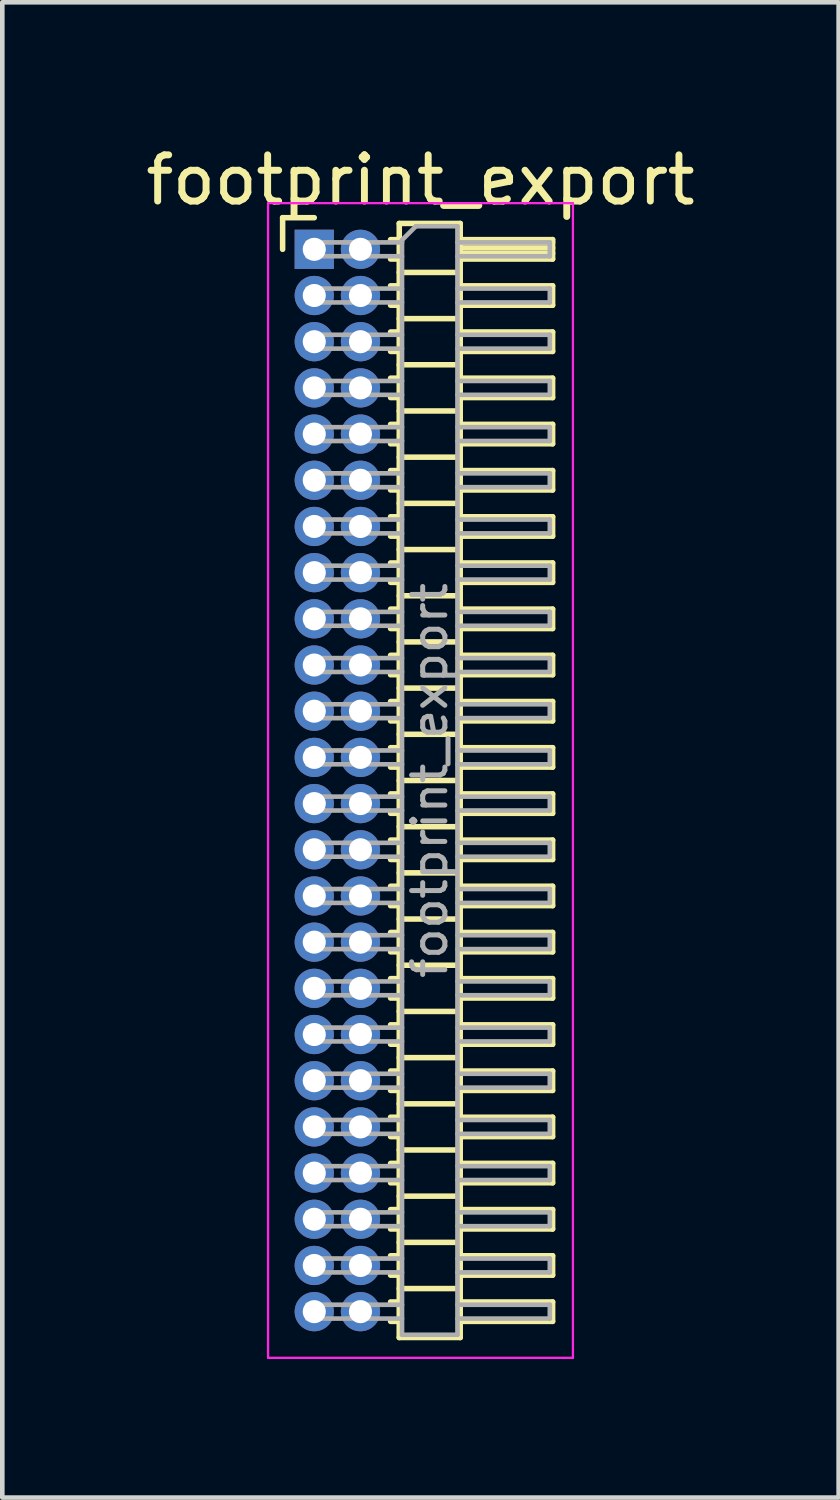
<source format=kicad_pcb>
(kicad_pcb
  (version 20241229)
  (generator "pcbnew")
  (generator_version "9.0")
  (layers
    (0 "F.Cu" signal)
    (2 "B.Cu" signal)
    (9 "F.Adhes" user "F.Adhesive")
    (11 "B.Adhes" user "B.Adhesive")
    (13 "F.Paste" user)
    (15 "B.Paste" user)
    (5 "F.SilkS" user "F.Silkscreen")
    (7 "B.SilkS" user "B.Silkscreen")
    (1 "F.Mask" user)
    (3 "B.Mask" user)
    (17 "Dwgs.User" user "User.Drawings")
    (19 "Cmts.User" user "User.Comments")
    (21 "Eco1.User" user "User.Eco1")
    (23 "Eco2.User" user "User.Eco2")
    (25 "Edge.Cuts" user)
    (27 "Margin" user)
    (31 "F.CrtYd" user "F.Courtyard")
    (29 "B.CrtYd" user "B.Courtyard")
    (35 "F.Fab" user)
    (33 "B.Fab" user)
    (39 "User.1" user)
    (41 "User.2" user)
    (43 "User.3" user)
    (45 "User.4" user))
  (footprint "footprint_export"
    (layer "F.Cu")
    (at 3.754 2.348)
    (property "Reference" "footprint_export" (at 2.3 -1.5 0) (layer "F.SilkS") (effects (font (size 1 1) (thickness 0.15))))
    (attr through_hole)
    (fp_line (start -0.685 -0.685) (end 0 -0.685) (stroke (width 0.12) (type solid)) (layer "F.SilkS"))
    (fp_line (start -0.685 0) (end -0.685 -0.685) (stroke (width 0.12) (type solid)) (layer "F.SilkS"))
    (fp_line (start 1.652 -0.21) (end 1.84 -0.21) (stroke (width 0.12) (type solid)) (layer "F.SilkS"))
    (fp_line (start 1.652 0.21) (end 1.84 0.21) (stroke (width 0.12) (type solid)) (layer "F.SilkS"))
    (fp_line (start 1.652 0.79) (end 1.84 0.79) (stroke (width 0.12) (type solid)) (layer "F.SilkS"))
    (fp_line (start 1.652 1.21) (end 1.84 1.21) (stroke (width 0.12) (type solid)) (layer "F.SilkS"))
    (fp_line (start 1.652 1.79) (end 1.84 1.79) (stroke (width 0.12) (type solid)) (layer "F.SilkS"))
    (fp_line (start 1.652 2.21) (end 1.84 2.21) (stroke (width 0.12) (type solid)) (layer "F.SilkS"))
    (fp_line (start 1.652 2.79) (end 1.84 2.79) (stroke (width 0.12) (type solid)) (layer "F.SilkS"))
    (fp_line (start 1.652 3.21) (end 1.84 3.21) (stroke (width 0.12) (type solid)) (layer "F.SilkS"))
    (fp_line (start 1.652 3.79) (end 1.84 3.79) (stroke (width 0.12) (type solid)) (layer "F.SilkS"))
    (fp_line (start 1.652 4.21) (end 1.84 4.21) (stroke (width 0.12) (type solid)) (layer "F.SilkS"))
    (fp_line (start 1.652 4.79) (end 1.84 4.79) (stroke (width 0.12) (type solid)) (layer "F.SilkS"))
    (fp_line (start 1.652 5.21) (end 1.84 5.21) (stroke (width 0.12) (type solid)) (layer "F.SilkS"))
    (fp_line (start 1.652 5.79) (end 1.84 5.79) (stroke (width 0.12) (type solid)) (layer "F.SilkS"))
    (fp_line (start 1.652 6.21) (end 1.84 6.21) (stroke (width 0.12) (type solid)) (layer "F.SilkS"))
    (fp_line (start 1.652 6.79) (end 1.84 6.79) (stroke (width 0.12) (type solid)) (layer "F.SilkS"))
    (fp_line (start 1.652 7.21) (end 1.84 7.21) (stroke (width 0.12) (type solid)) (layer "F.SilkS"))
    (fp_line (start 1.652 7.79) (end 1.84 7.79) (stroke (width 0.12) (type solid)) (layer "F.SilkS"))
    (fp_line (start 1.652 8.21) (end 1.84 8.21) (stroke (width 0.12) (type solid)) (layer "F.SilkS"))
    (fp_line (start 1.652 8.79) (end 1.84 8.79) (stroke (width 0.12) (type solid)) (layer "F.SilkS"))
    (fp_line (start 1.652 9.21) (end 1.84 9.21) (stroke (width 0.12) (type solid)) (layer "F.SilkS"))
    (fp_line (start 1.652 9.79) (end 1.84 9.79) (stroke (width 0.12) (type solid)) (layer "F.SilkS"))
    (fp_line (start 1.652 10.21) (end 1.84 10.21) (stroke (width 0.12) (type solid)) (layer "F.SilkS"))
    (fp_line (start 1.652 10.79) (end 1.84 10.79) (stroke (width 0.12) (type solid)) (layer "F.SilkS"))
    (fp_line (start 1.652 11.21) (end 1.84 11.21) (stroke (width 0.12) (type solid)) (layer "F.SilkS"))
    (fp_line (start 1.652 11.79) (end 1.84 11.79) (stroke (width 0.12) (type solid)) (layer "F.SilkS"))
    (fp_line (start 1.652 12.21) (end 1.84 12.21) (stroke (width 0.12) (type solid)) (layer "F.SilkS"))
    (fp_line (start 1.652 12.79) (end 1.84 12.79) (stroke (width 0.12) (type solid)) (layer "F.SilkS"))
    (fp_line (start 1.652 13.21) (end 1.84 13.21) (stroke (width 0.12) (type solid)) (layer "F.SilkS"))
    (fp_line (start 1.652 13.79) (end 1.84 13.79) (stroke (width 0.12) (type solid)) (layer "F.SilkS"))
    (fp_line (start 1.652 14.21) (end 1.84 14.21) (stroke (width 0.12) (type solid)) (layer "F.SilkS"))
    (fp_line (start 1.652 14.79) (end 1.84 14.79) (stroke (width 0.12) (type solid)) (layer "F.SilkS"))
    (fp_line (start 1.652 15.21) (end 1.84 15.21) (stroke (width 0.12) (type solid)) (layer "F.SilkS"))
    (fp_line (start 1.652 15.79) (end 1.84 15.79) (stroke (width 0.12) (type solid)) (layer "F.SilkS"))
    (fp_line (start 1.652 16.21) (end 1.84 16.21) (stroke (width 0.12) (type solid)) (layer "F.SilkS"))
    (fp_line (start 1.652 16.79) (end 1.84 16.79) (stroke (width 0.12) (type solid)) (layer "F.SilkS"))
    (fp_line (start 1.652 17.21) (end 1.84 17.21) (stroke (width 0.12) (type solid)) (layer "F.SilkS"))
    (fp_line (start 1.652 17.79) (end 1.84 17.79) (stroke (width 0.12) (type solid)) (layer "F.SilkS"))
    (fp_line (start 1.652 18.21) (end 1.84 18.21) (stroke (width 0.12) (type solid)) (layer "F.SilkS"))
    (fp_line (start 1.652 18.79) (end 1.84 18.79) (stroke (width 0.12) (type solid)) (layer "F.SilkS"))
    (fp_line (start 1.652 19.21) (end 1.84 19.21) (stroke (width 0.12) (type solid)) (layer "F.SilkS"))
    (fp_line (start 1.652 19.79) (end 1.84 19.79) (stroke (width 0.12) (type solid)) (layer "F.SilkS"))
    (fp_line (start 1.652 20.21) (end 1.84 20.21) (stroke (width 0.12) (type solid)) (layer "F.SilkS"))
    (fp_line (start 1.652 20.79) (end 1.84 20.79) (stroke (width 0.12) (type solid)) (layer "F.SilkS"))
    (fp_line (start 1.652 21.21) (end 1.84 21.21) (stroke (width 0.12) (type solid)) (layer "F.SilkS"))
    (fp_line (start 1.652 21.79) (end 1.84 21.79) (stroke (width 0.12) (type solid)) (layer "F.SilkS"))
    (fp_line (start 1.652 22.21) (end 1.84 22.21) (stroke (width 0.12) (type solid)) (layer "F.SilkS"))
    (fp_line (start 1.652 22.79) (end 1.84 22.79) (stroke (width 0.12) (type solid)) (layer "F.SilkS"))
    (fp_line (start 1.652 23.21) (end 1.84 23.21) (stroke (width 0.12) (type solid)) (layer "F.SilkS"))
    (fp_line (start 1.84 -0.56) (end 1.84 23.56) (stroke (width 0.12) (type solid)) (layer "F.SilkS"))
    (fp_line (start 1.84 0.5) (end 3.16 0.5) (stroke (width 0.12) (type solid)) (layer "F.SilkS"))
    (fp_line (start 1.84 1.5) (end 3.16 1.5) (stroke (width 0.12) (type solid)) (layer "F.SilkS"))
    (fp_line (start 1.84 2.5) (end 3.16 2.5) (stroke (width 0.12) (type solid)) (layer "F.SilkS"))
    (fp_line (start 1.84 3.5) (end 3.16 3.5) (stroke (width 0.12) (type solid)) (layer "F.SilkS"))
    (fp_line (start 1.84 4.5) (end 3.16 4.5) (stroke (width 0.12) (type solid)) (layer "F.SilkS"))
    (fp_line (start 1.84 5.5) (end 3.16 5.5) (stroke (width 0.12) (type solid)) (layer "F.SilkS"))
    (fp_line (start 1.84 6.5) (end 3.16 6.5) (stroke (width 0.12) (type solid)) (layer "F.SilkS"))
    (fp_line (start 1.84 7.5) (end 3.16 7.5) (stroke (width 0.12) (type solid)) (layer "F.SilkS"))
    (fp_line (start 1.84 8.5) (end 3.16 8.5) (stroke (width 0.12) (type solid)) (layer "F.SilkS"))
    (fp_line (start 1.84 9.5) (end 3.16 9.5) (stroke (width 0.12) (type solid)) (layer "F.SilkS"))
    (fp_line (start 1.84 10.5) (end 3.16 10.5) (stroke (width 0.12) (type solid)) (layer "F.SilkS"))
    (fp_line (start 1.84 11.5) (end 3.16 11.5) (stroke (width 0.12) (type solid)) (layer "F.SilkS"))
    (fp_line (start 1.84 12.5) (end 3.16 12.5) (stroke (width 0.12) (type solid)) (layer "F.SilkS"))
    (fp_line (start 1.84 13.5) (end 3.16 13.5) (stroke (width 0.12) (type solid)) (layer "F.SilkS"))
    (fp_line (start 1.84 14.5) (end 3.16 14.5) (stroke (width 0.12) (type solid)) (layer "F.SilkS"))
    (fp_line (start 1.84 15.5) (end 3.16 15.5) (stroke (width 0.12) (type solid)) (layer "F.SilkS"))
    (fp_line (start 1.84 16.5) (end 3.16 16.5) (stroke (width 0.12) (type solid)) (layer "F.SilkS"))
    (fp_line (start 1.84 17.5) (end 3.16 17.5) (stroke (width 0.12) (type solid)) (layer "F.SilkS"))
    (fp_line (start 1.84 18.5) (end 3.16 18.5) (stroke (width 0.12) (type solid)) (layer "F.SilkS"))
    (fp_line (start 1.84 19.5) (end 3.16 19.5) (stroke (width 0.12) (type solid)) (layer "F.SilkS"))
    (fp_line (start 1.84 20.5) (end 3.16 20.5) (stroke (width 0.12) (type solid)) (layer "F.SilkS"))
    (fp_line (start 1.84 21.5) (end 3.16 21.5) (stroke (width 0.12) (type solid)) (layer "F.SilkS"))
    (fp_line (start 1.84 22.5) (end 3.16 22.5) (stroke (width 0.12) (type solid)) (layer "F.SilkS"))
    (fp_line (start 1.84 23.56) (end 3.16 23.56) (stroke (width 0.12) (type solid)) (layer "F.SilkS"))
    (fp_line (start 3.16 -0.56) (end 1.84 -0.56) (stroke (width 0.12) (type solid)) (layer "F.SilkS"))
    (fp_line (start 3.16 -0.21) (end 5.16 -0.21) (stroke (width 0.12) (type solid)) (layer "F.SilkS"))
    (fp_line (start 3.16 -0.15) (end 5.16 -0.15) (stroke (width 0.12) (type solid)) (layer "F.SilkS"))
    (fp_line (start 3.16 -0.03) (end 5.16 -0.03) (stroke (width 0.12) (type solid)) (layer "F.SilkS"))
    (fp_line (start 3.16 0.09) (end 5.16 0.09) (stroke (width 0.12) (type solid)) (layer "F.SilkS"))
    (fp_line (start 3.16 0.79) (end 5.16 0.79) (stroke (width 0.12) (type solid)) (layer "F.SilkS"))
    (fp_line (start 3.16 1.79) (end 5.16 1.79) (stroke (width 0.12) (type solid)) (layer "F.SilkS"))
    (fp_line (start 3.16 2.79) (end 5.16 2.79) (stroke (width 0.12) (type solid)) (layer "F.SilkS"))
    (fp_line (start 3.16 3.79) (end 5.16 3.79) (stroke (width 0.12) (type solid)) (layer "F.SilkS"))
    (fp_line (start 3.16 4.79) (end 5.16 4.79) (stroke (width 0.12) (type solid)) (layer "F.SilkS"))
    (fp_line (start 3.16 5.79) (end 5.16 5.79) (stroke (width 0.12) (type solid)) (layer "F.SilkS"))
    (fp_line (start 3.16 6.79) (end 5.16 6.79) (stroke (width 0.12) (type solid)) (layer "F.SilkS"))
    (fp_line (start 3.16 7.79) (end 5.16 7.79) (stroke (width 0.12) (type solid)) (layer "F.SilkS"))
    (fp_line (start 3.16 8.79) (end 5.16 8.79) (stroke (width 0.12) (type solid)) (layer "F.SilkS"))
    (fp_line (start 3.16 9.79) (end 5.16 9.79) (stroke (width 0.12) (type solid)) (layer "F.SilkS"))
    (fp_line (start 3.16 10.79) (end 5.16 10.79) (stroke (width 0.12) (type solid)) (layer "F.SilkS"))
    (fp_line (start 3.16 11.79) (end 5.16 11.79) (stroke (width 0.12) (type solid)) (layer "F.SilkS"))
    (fp_line (start 3.16 12.79) (end 5.16 12.79) (stroke (width 0.12) (type solid)) (layer "F.SilkS"))
    (fp_line (start 3.16 13.79) (end 5.16 13.79) (stroke (width 0.12) (type solid)) (layer "F.SilkS"))
    (fp_line (start 3.16 14.79) (end 5.16 14.79) (stroke (width 0.12) (type solid)) (layer "F.SilkS"))
    (fp_line (start 3.16 15.79) (end 5.16 15.79) (stroke (width 0.12) (type solid)) (layer "F.SilkS"))
    (fp_line (start 3.16 16.79) (end 5.16 16.79) (stroke (width 0.12) (type solid)) (layer "F.SilkS"))
    (fp_line (start 3.16 17.79) (end 5.16 17.79) (stroke (width 0.12) (type solid)) (layer "F.SilkS"))
    (fp_line (start 3.16 18.79) (end 5.16 18.79) (stroke (width 0.12) (type solid)) (layer "F.SilkS"))
    (fp_line (start 3.16 19.79) (end 5.16 19.79) (stroke (width 0.12) (type solid)) (layer "F.SilkS"))
    (fp_line (start 3.16 20.79) (end 5.16 20.79) (stroke (width 0.12) (type solid)) (layer "F.SilkS"))
    (fp_line (start 3.16 21.79) (end 5.16 21.79) (stroke (width 0.12) (type solid)) (layer "F.SilkS"))
    (fp_line (start 3.16 22.79) (end 5.16 22.79) (stroke (width 0.12) (type solid)) (layer "F.SilkS"))
    (fp_line (start 3.16 23.56) (end 3.16 -0.56) (stroke (width 0.12) (type solid)) (layer "F.SilkS"))
    (fp_line (start 5.16 -0.21) (end 5.16 0.21) (stroke (width 0.12) (type solid)) (layer "F.SilkS"))
    (fp_line (start 5.16 0.21) (end 3.16 0.21) (stroke (width 0.12) (type solid)) (layer "F.SilkS"))
    (fp_line (start 5.16 0.79) (end 5.16 1.21) (stroke (width 0.12) (type solid)) (layer "F.SilkS"))
    (fp_line (start 5.16 1.21) (end 3.16 1.21) (stroke (width 0.12) (type solid)) (layer "F.SilkS"))
    (fp_line (start 5.16 1.79) (end 5.16 2.21) (stroke (width 0.12) (type solid)) (layer "F.SilkS"))
    (fp_line (start 5.16 2.21) (end 3.16 2.21) (stroke (width 0.12) (type solid)) (layer "F.SilkS"))
    (fp_line (start 5.16 2.79) (end 5.16 3.21) (stroke (width 0.12) (type solid)) (layer "F.SilkS"))
    (fp_line (start 5.16 3.21) (end 3.16 3.21) (stroke (width 0.12) (type solid)) (layer "F.SilkS"))
    (fp_line (start 5.16 3.79) (end 5.16 4.21) (stroke (width 0.12) (type solid)) (layer "F.SilkS"))
    (fp_line (start 5.16 4.21) (end 3.16 4.21) (stroke (width 0.12) (type solid)) (layer "F.SilkS"))
    (fp_line (start 5.16 4.79) (end 5.16 5.21) (stroke (width 0.12) (type solid)) (layer "F.SilkS"))
    (fp_line (start 5.16 5.21) (end 3.16 5.21) (stroke (width 0.12) (type solid)) (layer "F.SilkS"))
    (fp_line (start 5.16 5.79) (end 5.16 6.21) (stroke (width 0.12) (type solid)) (layer "F.SilkS"))
    (fp_line (start 5.16 6.21) (end 3.16 6.21) (stroke (width 0.12) (type solid)) (layer "F.SilkS"))
    (fp_line (start 5.16 6.79) (end 5.16 7.21) (stroke (width 0.12) (type solid)) (layer "F.SilkS"))
    (fp_line (start 5.16 7.21) (end 3.16 7.21) (stroke (width 0.12) (type solid)) (layer "F.SilkS"))
    (fp_line (start 5.16 7.79) (end 5.16 8.21) (stroke (width 0.12) (type solid)) (layer "F.SilkS"))
    (fp_line (start 5.16 8.21) (end 3.16 8.21) (stroke (width 0.12) (type solid)) (layer "F.SilkS"))
    (fp_line (start 5.16 8.79) (end 5.16 9.21) (stroke (width 0.12) (type solid)) (layer "F.SilkS"))
    (fp_line (start 5.16 9.21) (end 3.16 9.21) (stroke (width 0.12) (type solid)) (layer "F.SilkS"))
    (fp_line (start 5.16 9.79) (end 5.16 10.21) (stroke (width 0.12) (type solid)) (layer "F.SilkS"))
    (fp_line (start 5.16 10.21) (end 3.16 10.21) (stroke (width 0.12) (type solid)) (layer "F.SilkS"))
    (fp_line (start 5.16 10.79) (end 5.16 11.21) (stroke (width 0.12) (type solid)) (layer "F.SilkS"))
    (fp_line (start 5.16 11.21) (end 3.16 11.21) (stroke (width 0.12) (type solid)) (layer "F.SilkS"))
    (fp_line (start 5.16 11.79) (end 5.16 12.21) (stroke (width 0.12) (type solid)) (layer "F.SilkS"))
    (fp_line (start 5.16 12.21) (end 3.16 12.21) (stroke (width 0.12) (type solid)) (layer "F.SilkS"))
    (fp_line (start 5.16 12.79) (end 5.16 13.21) (stroke (width 0.12) (type solid)) (layer "F.SilkS"))
    (fp_line (start 5.16 13.21) (end 3.16 13.21) (stroke (width 0.12) (type solid)) (layer "F.SilkS"))
    (fp_line (start 5.16 13.79) (end 5.16 14.21) (stroke (width 0.12) (type solid)) (layer "F.SilkS"))
    (fp_line (start 5.16 14.21) (end 3.16 14.21) (stroke (width 0.12) (type solid)) (layer "F.SilkS"))
    (fp_line (start 5.16 14.79) (end 5.16 15.21) (stroke (width 0.12) (type solid)) (layer "F.SilkS"))
    (fp_line (start 5.16 15.21) (end 3.16 15.21) (stroke (width 0.12) (type solid)) (layer "F.SilkS"))
    (fp_line (start 5.16 15.79) (end 5.16 16.21) (stroke (width 0.12) (type solid)) (layer "F.SilkS"))
    (fp_line (start 5.16 16.21) (end 3.16 16.21) (stroke (width 0.12) (type solid)) (layer "F.SilkS"))
    (fp_line (start 5.16 16.79) (end 5.16 17.21) (stroke (width 0.12) (type solid)) (layer "F.SilkS"))
    (fp_line (start 5.16 17.21) (end 3.16 17.21) (stroke (width 0.12) (type solid)) (layer "F.SilkS"))
    (fp_line (start 5.16 17.79) (end 5.16 18.21) (stroke (width 0.12) (type solid)) (layer "F.SilkS"))
    (fp_line (start 5.16 18.21) (end 3.16 18.21) (stroke (width 0.12) (type solid)) (layer "F.SilkS"))
    (fp_line (start 5.16 18.79) (end 5.16 19.21) (stroke (width 0.12) (type solid)) (layer "F.SilkS"))
    (fp_line (start 5.16 19.21) (end 3.16 19.21) (stroke (width 0.12) (type solid)) (layer "F.SilkS"))
    (fp_line (start 5.16 19.79) (end 5.16 20.21) (stroke (width 0.12) (type solid)) (layer "F.SilkS"))
    (fp_line (start 5.16 20.21) (end 3.16 20.21) (stroke (width 0.12) (type solid)) (layer "F.SilkS"))
    (fp_line (start 5.16 20.79) (end 5.16 21.21) (stroke (width 0.12) (type solid)) (layer "F.SilkS"))
    (fp_line (start 5.16 21.21) (end 3.16 21.21) (stroke (width 0.12) (type solid)) (layer "F.SilkS"))
    (fp_line (start 5.16 21.79) (end 5.16 22.21) (stroke (width 0.12) (type solid)) (layer "F.SilkS"))
    (fp_line (start 5.16 22.21) (end 3.16 22.21) (stroke (width 0.12) (type solid)) (layer "F.SilkS"))
    (fp_line (start 5.16 22.79) (end 5.16 23.21) (stroke (width 0.12) (type solid)) (layer "F.SilkS"))
    (fp_line (start 5.16 23.21) (end 3.16 23.21) (stroke (width 0.12) (type solid)) (layer "F.SilkS"))
    (fp_line (start -1 -1) (end -1 24) (stroke (width 0.05) (type solid)) (layer "F.CrtYd"))
    (fp_line (start -1 24) (end 5.6 24) (stroke (width 0.05) (type solid)) (layer "F.CrtYd"))
    (fp_line (start 5.6 -1) (end -1 -1) (stroke (width 0.05) (type solid)) (layer "F.CrtYd"))
    (fp_line (start 5.6 24) (end 5.6 -1) (stroke (width 0.05) (type solid)) (layer "F.CrtYd"))
    (fp_line (start -0.15 -0.15) (end -0.15 0.15) (stroke (width 0.1) (type solid)) (layer "F.Fab"))
    (fp_line (start -0.15 -0.15) (end 1.9 -0.15) (stroke (width 0.1) (type solid)) (layer "F.Fab"))
    (fp_line (start -0.15 0.15) (end 1.9 0.15) (stroke (width 0.1) (type solid)) (layer "F.Fab"))
    (fp_line (start -0.15 0.85) (end -0.15 1.15) (stroke (width 0.1) (type solid)) (layer "F.Fab"))
    (fp_line (start -0.15 0.85) (end 1.9 0.85) (stroke (width 0.1) (type solid)) (layer "F.Fab"))
    (fp_line (start -0.15 1.15) (end 1.9 1.15) (stroke (width 0.1) (type solid)) (layer "F.Fab"))
    (fp_line (start -0.15 1.85) (end -0.15 2.15) (stroke (width 0.1) (type solid)) (layer "F.Fab"))
    (fp_line (start -0.15 1.85) (end 1.9 1.85) (stroke (width 0.1) (type solid)) (layer "F.Fab"))
    (fp_line (start -0.15 2.15) (end 1.9 2.15) (stroke (width 0.1) (type solid)) (layer "F.Fab"))
    (fp_line (start -0.15 2.85) (end -0.15 3.15) (stroke (width 0.1) (type solid)) (layer "F.Fab"))
    (fp_line (start -0.15 2.85) (end 1.9 2.85) (stroke (width 0.1) (type solid)) (layer "F.Fab"))
    (fp_line (start -0.15 3.15) (end 1.9 3.15) (stroke (width 0.1) (type solid)) (layer "F.Fab"))
    (fp_line (start -0.15 3.85) (end -0.15 4.15) (stroke (width 0.1) (type solid)) (layer "F.Fab"))
    (fp_line (start -0.15 3.85) (end 1.9 3.85) (stroke (width 0.1) (type solid)) (layer "F.Fab"))
    (fp_line (start -0.15 4.15) (end 1.9 4.15) (stroke (width 0.1) (type solid)) (layer "F.Fab"))
    (fp_line (start -0.15 4.85) (end -0.15 5.15) (stroke (width 0.1) (type solid)) (layer "F.Fab"))
    (fp_line (start -0.15 4.85) (end 1.9 4.85) (stroke (width 0.1) (type solid)) (layer "F.Fab"))
    (fp_line (start -0.15 5.15) (end 1.9 5.15) (stroke (width 0.1) (type solid)) (layer "F.Fab"))
    (fp_line (start -0.15 5.85) (end -0.15 6.15) (stroke (width 0.1) (type solid)) (layer "F.Fab"))
    (fp_line (start -0.15 5.85) (end 1.9 5.85) (stroke (width 0.1) (type solid)) (layer "F.Fab"))
    (fp_line (start -0.15 6.15) (end 1.9 6.15) (stroke (width 0.1) (type solid)) (layer "F.Fab"))
    (fp_line (start -0.15 6.85) (end -0.15 7.15) (stroke (width 0.1) (type solid)) (layer "F.Fab"))
    (fp_line (start -0.15 6.85) (end 1.9 6.85) (stroke (width 0.1) (type solid)) (layer "F.Fab"))
    (fp_line (start -0.15 7.15) (end 1.9 7.15) (stroke (width 0.1) (type solid)) (layer "F.Fab"))
    (fp_line (start -0.15 7.85) (end -0.15 8.15) (stroke (width 0.1) (type solid)) (layer "F.Fab"))
    (fp_line (start -0.15 7.85) (end 1.9 7.85) (stroke (width 0.1) (type solid)) (layer "F.Fab"))
    (fp_line (start -0.15 8.15) (end 1.9 8.15) (stroke (width 0.1) (type solid)) (layer "F.Fab"))
    (fp_line (start -0.15 8.85) (end -0.15 9.15) (stroke (width 0.1) (type solid)) (layer "F.Fab"))
    (fp_line (start -0.15 8.85) (end 1.9 8.85) (stroke (width 0.1) (type solid)) (layer "F.Fab"))
    (fp_line (start -0.15 9.15) (end 1.9 9.15) (stroke (width 0.1) (type solid)) (layer "F.Fab"))
    (fp_line (start -0.15 9.85) (end -0.15 10.15) (stroke (width 0.1) (type solid)) (layer "F.Fab"))
    (fp_line (start -0.15 9.85) (end 1.9 9.85) (stroke (width 0.1) (type solid)) (layer "F.Fab"))
    (fp_line (start -0.15 10.15) (end 1.9 10.15) (stroke (width 0.1) (type solid)) (layer "F.Fab"))
    (fp_line (start -0.15 10.85) (end -0.15 11.15) (stroke (width 0.1) (type solid)) (layer "F.Fab"))
    (fp_line (start -0.15 10.85) (end 1.9 10.85) (stroke (width 0.1) (type solid)) (layer "F.Fab"))
    (fp_line (start -0.15 11.15) (end 1.9 11.15) (stroke (width 0.1) (type solid)) (layer "F.Fab"))
    (fp_line (start -0.15 11.85) (end -0.15 12.15) (stroke (width 0.1) (type solid)) (layer "F.Fab"))
    (fp_line (start -0.15 11.85) (end 1.9 11.85) (stroke (width 0.1) (type solid)) (layer "F.Fab"))
    (fp_line (start -0.15 12.15) (end 1.9 12.15) (stroke (width 0.1) (type solid)) (layer "F.Fab"))
    (fp_line (start -0.15 12.85) (end -0.15 13.15) (stroke (width 0.1) (type solid)) (layer "F.Fab"))
    (fp_line (start -0.15 12.85) (end 1.9 12.85) (stroke (width 0.1) (type solid)) (layer "F.Fab"))
    (fp_line (start -0.15 13.15) (end 1.9 13.15) (stroke (width 0.1) (type solid)) (layer "F.Fab"))
    (fp_line (start -0.15 13.85) (end -0.15 14.15) (stroke (width 0.1) (type solid)) (layer "F.Fab"))
    (fp_line (start -0.15 13.85) (end 1.9 13.85) (stroke (width 0.1) (type solid)) (layer "F.Fab"))
    (fp_line (start -0.15 14.15) (end 1.9 14.15) (stroke (width 0.1) (type solid)) (layer "F.Fab"))
    (fp_line (start -0.15 14.85) (end -0.15 15.15) (stroke (width 0.1) (type solid)) (layer "F.Fab"))
    (fp_line (start -0.15 14.85) (end 1.9 14.85) (stroke (width 0.1) (type solid)) (layer "F.Fab"))
    (fp_line (start -0.15 15.15) (end 1.9 15.15) (stroke (width 0.1) (type solid)) (layer "F.Fab"))
    (fp_line (start -0.15 15.85) (end -0.15 16.15) (stroke (width 0.1) (type solid)) (layer "F.Fab"))
    (fp_line (start -0.15 15.85) (end 1.9 15.85) (stroke (width 0.1) (type solid)) (layer "F.Fab"))
    (fp_line (start -0.15 16.15) (end 1.9 16.15) (stroke (width 0.1) (type solid)) (layer "F.Fab"))
    (fp_line (start -0.15 16.85) (end -0.15 17.15) (stroke (width 0.1) (type solid)) (layer "F.Fab"))
    (fp_line (start -0.15 16.85) (end 1.9 16.85) (stroke (width 0.1) (type solid)) (layer "F.Fab"))
    (fp_line (start -0.15 17.15) (end 1.9 17.15) (stroke (width 0.1) (type solid)) (layer "F.Fab"))
    (fp_line (start -0.15 17.85) (end -0.15 18.15) (stroke (width 0.1) (type solid)) (layer "F.Fab"))
    (fp_line (start -0.15 17.85) (end 1.9 17.85) (stroke (width 0.1) (type solid)) (layer "F.Fab"))
    (fp_line (start -0.15 18.15) (end 1.9 18.15) (stroke (width 0.1) (type solid)) (layer "F.Fab"))
    (fp_line (start -0.15 18.85) (end -0.15 19.15) (stroke (width 0.1) (type solid)) (layer "F.Fab"))
    (fp_line (start -0.15 18.85) (end 1.9 18.85) (stroke (width 0.1) (type solid)) (layer "F.Fab"))
    (fp_line (start -0.15 19.15) (end 1.9 19.15) (stroke (width 0.1) (type solid)) (layer "F.Fab"))
    (fp_line (start -0.15 19.85) (end -0.15 20.15) (stroke (width 0.1) (type solid)) (layer "F.Fab"))
    (fp_line (start -0.15 19.85) (end 1.9 19.85) (stroke (width 0.1) (type solid)) (layer "F.Fab"))
    (fp_line (start -0.15 20.15) (end 1.9 20.15) (stroke (width 0.1) (type solid)) (layer "F.Fab"))
    (fp_line (start -0.15 20.85) (end -0.15 21.15) (stroke (width 0.1) (type solid)) (layer "F.Fab"))
    (fp_line (start -0.15 20.85) (end 1.9 20.85) (stroke (width 0.1) (type solid)) (layer "F.Fab"))
    (fp_line (start -0.15 21.15) (end 1.9 21.15) (stroke (width 0.1) (type solid)) (layer "F.Fab"))
    (fp_line (start -0.15 21.85) (end -0.15 22.15) (stroke (width 0.1) (type solid)) (layer "F.Fab"))
    (fp_line (start -0.15 21.85) (end 1.9 21.85) (stroke (width 0.1) (type solid)) (layer "F.Fab"))
    (fp_line (start -0.15 22.15) (end 1.9 22.15) (stroke (width 0.1) (type solid)) (layer "F.Fab"))
    (fp_line (start -0.15 22.85) (end -0.15 23.15) (stroke (width 0.1) (type solid)) (layer "F.Fab"))
    (fp_line (start -0.15 22.85) (end 1.9 22.85) (stroke (width 0.1) (type solid)) (layer "F.Fab"))
    (fp_line (start -0.15 23.15) (end 1.9 23.15) (stroke (width 0.1) (type solid)) (layer "F.Fab"))
    (fp_line (start 1.9 -0.2) (end 2.2 -0.5) (stroke (width 0.1) (type solid)) (layer "F.Fab"))
    (fp_line (start 1.9 23.5) (end 1.9 -0.2) (stroke (width 0.1) (type solid)) (layer "F.Fab"))
    (fp_line (start 2.2 -0.5) (end 3.1 -0.5) (stroke (width 0.1) (type solid)) (layer "F.Fab"))
    (fp_line (start 3.1 -0.5) (end 3.1 23.5) (stroke (width 0.1) (type solid)) (layer "F.Fab"))
    (fp_line (start 3.1 -0.15) (end 5.1 -0.15) (stroke (width 0.1) (type solid)) (layer "F.Fab"))
    (fp_line (start 3.1 0.15) (end 5.1 0.15) (stroke (width 0.1) (type solid)) (layer "F.Fab"))
    (fp_line (start 3.1 0.85) (end 5.1 0.85) (stroke (width 0.1) (type solid)) (layer "F.Fab"))
    (fp_line (start 3.1 1.15) (end 5.1 1.15) (stroke (width 0.1) (type solid)) (layer "F.Fab"))
    (fp_line (start 3.1 1.85) (end 5.1 1.85) (stroke (width 0.1) (type solid)) (layer "F.Fab"))
    (fp_line (start 3.1 2.15) (end 5.1 2.15) (stroke (width 0.1) (type solid)) (layer "F.Fab"))
    (fp_line (start 3.1 2.85) (end 5.1 2.85) (stroke (width 0.1) (type solid)) (layer "F.Fab"))
    (fp_line (start 3.1 3.15) (end 5.1 3.15) (stroke (width 0.1) (type solid)) (layer "F.Fab"))
    (fp_line (start 3.1 3.85) (end 5.1 3.85) (stroke (width 0.1) (type solid)) (layer "F.Fab"))
    (fp_line (start 3.1 4.15) (end 5.1 4.15) (stroke (width 0.1) (type solid)) (layer "F.Fab"))
    (fp_line (start 3.1 4.85) (end 5.1 4.85) (stroke (width 0.1) (type solid)) (layer "F.Fab"))
    (fp_line (start 3.1 5.15) (end 5.1 5.15) (stroke (width 0.1) (type solid)) (layer "F.Fab"))
    (fp_line (start 3.1 5.85) (end 5.1 5.85) (stroke (width 0.1) (type solid)) (layer "F.Fab"))
    (fp_line (start 3.1 6.15) (end 5.1 6.15) (stroke (width 0.1) (type solid)) (layer "F.Fab"))
    (fp_line (start 3.1 6.85) (end 5.1 6.85) (stroke (width 0.1) (type solid)) (layer "F.Fab"))
    (fp_line (start 3.1 7.15) (end 5.1 7.15) (stroke (width 0.1) (type solid)) (layer "F.Fab"))
    (fp_line (start 3.1 7.85) (end 5.1 7.85) (stroke (width 0.1) (type solid)) (layer "F.Fab"))
    (fp_line (start 3.1 8.15) (end 5.1 8.15) (stroke (width 0.1) (type solid)) (layer "F.Fab"))
    (fp_line (start 3.1 8.85) (end 5.1 8.85) (stroke (width 0.1) (type solid)) (layer "F.Fab"))
    (fp_line (start 3.1 9.15) (end 5.1 9.15) (stroke (width 0.1) (type solid)) (layer "F.Fab"))
    (fp_line (start 3.1 9.85) (end 5.1 9.85) (stroke (width 0.1) (type solid)) (layer "F.Fab"))
    (fp_line (start 3.1 10.15) (end 5.1 10.15) (stroke (width 0.1) (type solid)) (layer "F.Fab"))
    (fp_line (start 3.1 10.85) (end 5.1 10.85) (stroke (width 0.1) (type solid)) (layer "F.Fab"))
    (fp_line (start 3.1 11.15) (end 5.1 11.15) (stroke (width 0.1) (type solid)) (layer "F.Fab"))
    (fp_line (start 3.1 11.85) (end 5.1 11.85) (stroke (width 0.1) (type solid)) (layer "F.Fab"))
    (fp_line (start 3.1 12.15) (end 5.1 12.15) (stroke (width 0.1) (type solid)) (layer "F.Fab"))
    (fp_line (start 3.1 12.85) (end 5.1 12.85) (stroke (width 0.1) (type solid)) (layer "F.Fab"))
    (fp_line (start 3.1 13.15) (end 5.1 13.15) (stroke (width 0.1) (type solid)) (layer "F.Fab"))
    (fp_line (start 3.1 13.85) (end 5.1 13.85) (stroke (width 0.1) (type solid)) (layer "F.Fab"))
    (fp_line (start 3.1 14.15) (end 5.1 14.15) (stroke (width 0.1) (type solid)) (layer "F.Fab"))
    (fp_line (start 3.1 14.85) (end 5.1 14.85) (stroke (width 0.1) (type solid)) (layer "F.Fab"))
    (fp_line (start 3.1 15.15) (end 5.1 15.15) (stroke (width 0.1) (type solid)) (layer "F.Fab"))
    (fp_line (start 3.1 15.85) (end 5.1 15.85) (stroke (width 0.1) (type solid)) (layer "F.Fab"))
    (fp_line (start 3.1 16.15) (end 5.1 16.15) (stroke (width 0.1) (type solid)) (layer "F.Fab"))
    (fp_line (start 3.1 16.85) (end 5.1 16.85) (stroke (width 0.1) (type solid)) (layer "F.Fab"))
    (fp_line (start 3.1 17.15) (end 5.1 17.15) (stroke (width 0.1) (type solid)) (layer "F.Fab"))
    (fp_line (start 3.1 17.85) (end 5.1 17.85) (stroke (width 0.1) (type solid)) (layer "F.Fab"))
    (fp_line (start 3.1 18.15) (end 5.1 18.15) (stroke (width 0.1) (type solid)) (layer "F.Fab"))
    (fp_line (start 3.1 18.85) (end 5.1 18.85) (stroke (width 0.1) (type solid)) (layer "F.Fab"))
    (fp_line (start 3.1 19.15) (end 5.1 19.15) (stroke (width 0.1) (type solid)) (layer "F.Fab"))
    (fp_line (start 3.1 19.85) (end 5.1 19.85) (stroke (width 0.1) (type solid)) (layer "F.Fab"))
    (fp_line (start 3.1 20.15) (end 5.1 20.15) (stroke (width 0.1) (type solid)) (layer "F.Fab"))
    (fp_line (start 3.1 20.85) (end 5.1 20.85) (stroke (width 0.1) (type solid)) (layer "F.Fab"))
    (fp_line (start 3.1 21.15) (end 5.1 21.15) (stroke (width 0.1) (type solid)) (layer "F.Fab"))
    (fp_line (start 3.1 21.85) (end 5.1 21.85) (stroke (width 0.1) (type solid)) (layer "F.Fab"))
    (fp_line (start 3.1 22.15) (end 5.1 22.15) (stroke (width 0.1) (type solid)) (layer "F.Fab"))
    (fp_line (start 3.1 22.85) (end 5.1 22.85) (stroke (width 0.1) (type solid)) (layer "F.Fab"))
    (fp_line (start 3.1 23.15) (end 5.1 23.15) (stroke (width 0.1) (type solid)) (layer "F.Fab"))
    (fp_line (start 3.1 23.5) (end 1.9 23.5) (stroke (width 0.1) (type solid)) (layer "F.Fab"))
    (fp_line (start 5.1 -0.15) (end 5.1 0.15) (stroke (width 0.1) (type solid)) (layer "F.Fab"))
    (fp_line (start 5.1 0.85) (end 5.1 1.15) (stroke (width 0.1) (type solid)) (layer "F.Fab"))
    (fp_line (start 5.1 1.85) (end 5.1 2.15) (stroke (width 0.1) (type solid)) (layer "F.Fab"))
    (fp_line (start 5.1 2.85) (end 5.1 3.15) (stroke (width 0.1) (type solid)) (layer "F.Fab"))
    (fp_line (start 5.1 3.85) (end 5.1 4.15) (stroke (width 0.1) (type solid)) (layer "F.Fab"))
    (fp_line (start 5.1 4.85) (end 5.1 5.15) (stroke (width 0.1) (type solid)) (layer "F.Fab"))
    (fp_line (start 5.1 5.85) (end 5.1 6.15) (stroke (width 0.1) (type solid)) (layer "F.Fab"))
    (fp_line (start 5.1 6.85) (end 5.1 7.15) (stroke (width 0.1) (type solid)) (layer "F.Fab"))
    (fp_line (start 5.1 7.85) (end 5.1 8.15) (stroke (width 0.1) (type solid)) (layer "F.Fab"))
    (fp_line (start 5.1 8.85) (end 5.1 9.15) (stroke (width 0.1) (type solid)) (layer "F.Fab"))
    (fp_line (start 5.1 9.85) (end 5.1 10.15) (stroke (width 0.1) (type solid)) (layer "F.Fab"))
    (fp_line (start 5.1 10.85) (end 5.1 11.15) (stroke (width 0.1) (type solid)) (layer "F.Fab"))
    (fp_line (start 5.1 11.85) (end 5.1 12.15) (stroke (width 0.1) (type solid)) (layer "F.Fab"))
    (fp_line (start 5.1 12.85) (end 5.1 13.15) (stroke (width 0.1) (type solid)) (layer "F.Fab"))
    (fp_line (start 5.1 13.85) (end 5.1 14.15) (stroke (width 0.1) (type solid)) (layer "F.Fab"))
    (fp_line (start 5.1 14.85) (end 5.1 15.15) (stroke (width 0.1) (type solid)) (layer "F.Fab"))
    (fp_line (start 5.1 15.85) (end 5.1 16.15) (stroke (width 0.1) (type solid)) (layer "F.Fab"))
    (fp_line (start 5.1 16.85) (end 5.1 17.15) (stroke (width 0.1) (type solid)) (layer "F.Fab"))
    (fp_line (start 5.1 17.85) (end 5.1 18.15) (stroke (width 0.1) (type solid)) (layer "F.Fab"))
    (fp_line (start 5.1 18.85) (end 5.1 19.15) (stroke (width 0.1) (type solid)) (layer "F.Fab"))
    (fp_line (start 5.1 19.85) (end 5.1 20.15) (stroke (width 0.1) (type solid)) (layer "F.Fab"))
    (fp_line (start 5.1 20.85) (end 5.1 21.15) (stroke (width 0.1) (type solid)) (layer "F.Fab"))
    (fp_line (start 5.1 21.85) (end 5.1 22.15) (stroke (width 0.1) (type solid)) (layer "F.Fab"))
    (fp_line (start 5.1 22.85) (end 5.1 23.15) (stroke (width 0.1) (type solid)) (layer "F.Fab"))
    (fp_text user "${REFERENCE}" (at 2.5 11.5 90) (layer "F.Fab") (effects (font (size 0.72 0.72) (thickness 0.108))))
    (pad "1" thru_hole rect (at 0 0) (size 0.85 0.85) (drill 0.5) (layers "*.Cu" "*.Mask"))
    (pad "2" thru_hole oval (at 1 0) (size 0.85 0.85) (drill 0.5) (layers "*.Cu" "*.Mask"))
    (pad "3" thru_hole oval (at 0 1) (size 0.85 0.85) (drill 0.5) (layers "*.Cu" "*.Mask"))
    (pad "4" thru_hole oval (at 1 1) (size 0.85 0.85) (drill 0.5) (layers "*.Cu" "*.Mask"))
    (pad "5" thru_hole oval (at 0 2) (size 0.85 0.85) (drill 0.5) (layers "*.Cu" "*.Mask"))
    (pad "6" thru_hole oval (at 1 2) (size 0.85 0.85) (drill 0.5) (layers "*.Cu" "*.Mask"))
    (pad "7" thru_hole oval (at 0 3) (size 0.85 0.85) (drill 0.5) (layers "*.Cu" "*.Mask"))
    (pad "8" thru_hole oval (at 1 3) (size 0.85 0.85) (drill 0.5) (layers "*.Cu" "*.Mask"))
    (pad "9" thru_hole oval (at 0 4) (size 0.85 0.85) (drill 0.5) (layers "*.Cu" "*.Mask"))
    (pad "10" thru_hole oval (at 1 4) (size 0.85 0.85) (drill 0.5) (layers "*.Cu" "*.Mask"))
    (pad "11" thru_hole oval (at 0 5) (size 0.85 0.85) (drill 0.5) (layers "*.Cu" "*.Mask"))
    (pad "12" thru_hole oval (at 1 5) (size 0.85 0.85) (drill 0.5) (layers "*.Cu" "*.Mask"))
    (pad "13" thru_hole oval (at 0 6) (size 0.85 0.85) (drill 0.5) (layers "*.Cu" "*.Mask"))
    (pad "14" thru_hole oval (at 1 6) (size 0.85 0.85) (drill 0.5) (layers "*.Cu" "*.Mask"))
    (pad "15" thru_hole oval (at 0 7) (size 0.85 0.85) (drill 0.5) (layers "*.Cu" "*.Mask"))
    (pad "16" thru_hole oval (at 1 7) (size 0.85 0.85) (drill 0.5) (layers "*.Cu" "*.Mask"))
    (pad "17" thru_hole oval (at 0 8) (size 0.85 0.85) (drill 0.5) (layers "*.Cu" "*.Mask"))
    (pad "18" thru_hole oval (at 1 8) (size 0.85 0.85) (drill 0.5) (layers "*.Cu" "*.Mask"))
    (pad "19" thru_hole oval (at 0 9) (size 0.85 0.85) (drill 0.5) (layers "*.Cu" "*.Mask"))
    (pad "20" thru_hole oval (at 1 9) (size 0.85 0.85) (drill 0.5) (layers "*.Cu" "*.Mask"))
    (pad "21" thru_hole oval (at 0 10) (size 0.85 0.85) (drill 0.5) (layers "*.Cu" "*.Mask"))
    (pad "22" thru_hole oval (at 1 10) (size 0.85 0.85) (drill 0.5) (layers "*.Cu" "*.Mask"))
    (pad "23" thru_hole oval (at 0 11) (size 0.85 0.85) (drill 0.5) (layers "*.Cu" "*.Mask"))
    (pad "24" thru_hole oval (at 1 11) (size 0.85 0.85) (drill 0.5) (layers "*.Cu" "*.Mask"))
    (pad "25" thru_hole oval (at 0 12) (size 0.85 0.85) (drill 0.5) (layers "*.Cu" "*.Mask"))
    (pad "26" thru_hole oval (at 1 12) (size 0.85 0.85) (drill 0.5) (layers "*.Cu" "*.Mask"))
    (pad "27" thru_hole oval (at 0 13) (size 0.85 0.85) (drill 0.5) (layers "*.Cu" "*.Mask"))
    (pad "28" thru_hole oval (at 1 13) (size 0.85 0.85) (drill 0.5) (layers "*.Cu" "*.Mask"))
    (pad "29" thru_hole oval (at 0 14) (size 0.85 0.85) (drill 0.5) (layers "*.Cu" "*.Mask"))
    (pad "30" thru_hole oval (at 1 14) (size 0.85 0.85) (drill 0.5) (layers "*.Cu" "*.Mask"))
    (pad "31" thru_hole oval (at 0 15) (size 0.85 0.85) (drill 0.5) (layers "*.Cu" "*.Mask"))
    (pad "32" thru_hole oval (at 1 15) (size 0.85 0.85) (drill 0.5) (layers "*.Cu" "*.Mask"))
    (pad "33" thru_hole oval (at 0 16) (size 0.85 0.85) (drill 0.5) (layers "*.Cu" "*.Mask"))
    (pad "34" thru_hole oval (at 1 16) (size 0.85 0.85) (drill 0.5) (layers "*.Cu" "*.Mask"))
    (pad "35" thru_hole oval (at 0 17) (size 0.85 0.85) (drill 0.5) (layers "*.Cu" "*.Mask"))
    (pad "36" thru_hole oval (at 1 17) (size 0.85 0.85) (drill 0.5) (layers "*.Cu" "*.Mask"))
    (pad "37" thru_hole oval (at 0 18) (size 0.85 0.85) (drill 0.5) (layers "*.Cu" "*.Mask"))
    (pad "38" thru_hole oval (at 1 18) (size 0.85 0.85) (drill 0.5) (layers "*.Cu" "*.Mask"))
    (pad "39" thru_hole oval (at 0 19) (size 0.85 0.85) (drill 0.5) (layers "*.Cu" "*.Mask"))
    (pad "40" thru_hole oval (at 1 19) (size 0.85 0.85) (drill 0.5) (layers "*.Cu" "*.Mask"))
    (pad "41" thru_hole oval (at 0 20) (size 0.85 0.85) (drill 0.5) (layers "*.Cu" "*.Mask"))
    (pad "42" thru_hole oval (at 1 20) (size 0.85 0.85) (drill 0.5) (layers "*.Cu" "*.Mask"))
    (pad "43" thru_hole oval (at 0 21) (size 0.85 0.85) (drill 0.5) (layers "*.Cu" "*.Mask"))
    (pad "44" thru_hole oval (at 1 21) (size 0.85 0.85) (drill 0.5) (layers "*.Cu" "*.Mask"))
    (pad "45" thru_hole oval (at 0 22) (size 0.85 0.85) (drill 0.5) (layers "*.Cu" "*.Mask"))
    (pad "46" thru_hole oval (at 1 22) (size 0.85 0.85) (drill 0.5) (layers "*.Cu" "*.Mask"))
    (pad "47" thru_hole oval (at 0 23) (size 0.85 0.85) (drill 0.5) (layers "*.Cu" "*.Mask"))
    (pad "48" thru_hole oval (at 1 23) (size 0.85 0.85) (drill 0.5) (layers "*.Cu" "*.Mask")))
  (gr_rect
    (start -3 -3)
    (end 15.107 29.373)
    (stroke (width 0.1) (type default))
    (fill no)
    (layer "Edge.Cuts")))
</source>
